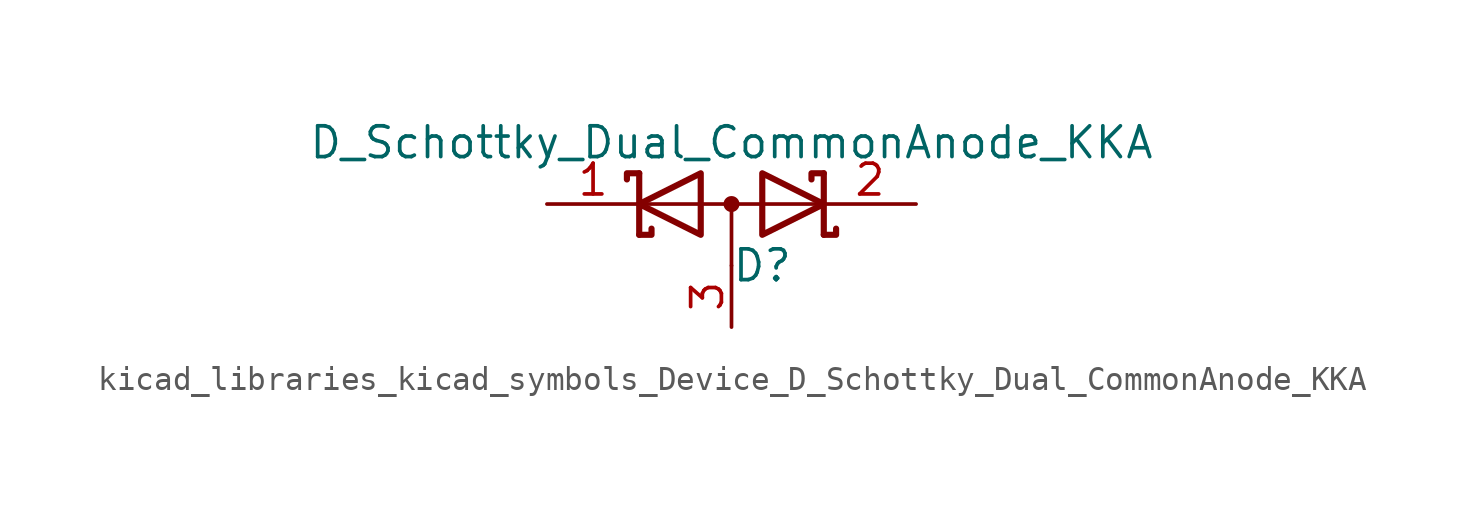
<source format=kicad_sym>
(kicad_symbol_lib
  (version 20220914)
  (generator kicad_symbol_editor)
  (symbol "kicad_libraries_kicad_symbols_Device_D_Schottky_Dual_CommonAnode_KKA"
    (pin_names
      (offset 0.762) hide)
    (property "Reference" "D"
      (at 1.27 -2.54 0)
      (effects (font (size 1.27 1.27))))
    (property "Value" "D_Schottky_Dual_CommonAnode_KKA"
      (at 0 2.54 0)
      (effects (font (size 1.27 1.27))))
    (symbol "kicad_libraries_kicad_symbols_Device_D_Schottky_Dual_CommonAnode_KKA_0_1"
      (polyline (pts (xy -3.556 0) (xy 3.81 0)) (stroke (width 0) (type default)) (fill (type none)))
      (polyline (pts (xy 0 0) (xy 0 -2.54)) (stroke (width 0) (type default)) (fill (type none)))
      (polyline (pts (xy -3.81 1.27) (xy -3.81 -1.27) (xy -3.81 -1.27)) (stroke (width 0.254) (type default)) (fill (type none)))
      (polyline (pts (xy 3.81 1.27) (xy 3.81 -1.27) (xy 3.81 -1.27)) (stroke (width 0.254) (type default)) (fill (type none)))
      (polyline (pts (xy -3.81 1.27) (xy -4.318 1.27) (xy -4.318 1.016) (xy -4.318 1.016)) (stroke (width 0.254) (type default)) (fill (type none)))
      (polyline (pts (xy 3.81 -1.27) (xy 4.318 -1.27) (xy 4.318 -1.016) (xy 4.318 -1.016)) (stroke (width 0.254) (type default)) (fill (type none)))
      (polyline (pts (xy 3.81 1.27) (xy 3.302 1.27) (xy 3.302 1.016) (xy 3.302 1.016)) (stroke (width 0.254) (type default)) (fill (type none)))
      (polyline (pts (xy -3.302 -1.016) (xy -3.302 -1.27) (xy -3.81 -1.27) (xy -3.81 -1.27) (xy -3.81 -1.27)) (stroke (width 0.254) (type default)) (fill (type none)))
      (polyline (pts (xy -1.27 -1.27) (xy -3.81 0) (xy -1.27 1.27) (xy -1.27 -1.27) (xy -1.27 -1.27) (xy -1.27 -1.27)) (stroke (width 0.254) (type default)) (fill (type none)))
      (polyline (pts (xy 1.27 1.27) (xy 3.81 0) (xy 1.27 -1.27) (xy 1.27 1.27) (xy 1.27 1.27) (xy 1.27 1.27)) (stroke (width 0.254) (type default)) (fill (type none)))
      (circle (center 0 0) (radius 0.254) (stroke (width 0) (type default)) (fill (type outline)))
      (pin passive line (at -7.62 0 0) (length 3.81) (name "K" (effects (font (size 1.27 1.27)))) (number "1" (effects (font (size 1.27 1.27)))))
      (pin passive line (at 7.62 0 180) (length 3.81) (name "K" (effects (font (size 1.27 1.27)))) (number "2" (effects (font (size 1.27 1.27)))))
      (pin passive line (at 0 -5.08 90) (length 2.54) (name "A" (effects (font (size 1.27 1.27)))) (number "3" (effects (font (size 1.27 1.27))))))))
</source>
